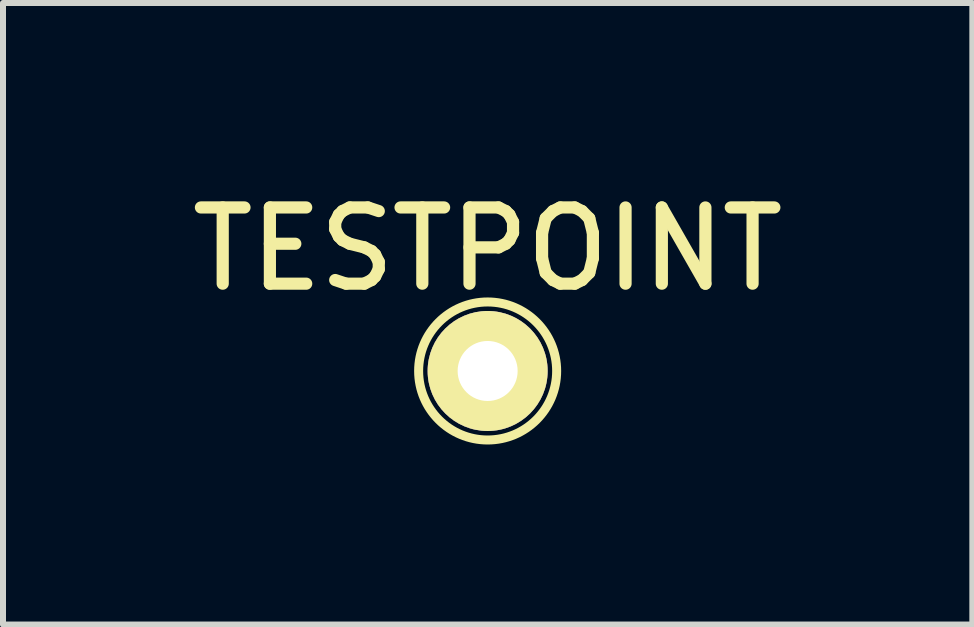
<source format=kicad_pcb>
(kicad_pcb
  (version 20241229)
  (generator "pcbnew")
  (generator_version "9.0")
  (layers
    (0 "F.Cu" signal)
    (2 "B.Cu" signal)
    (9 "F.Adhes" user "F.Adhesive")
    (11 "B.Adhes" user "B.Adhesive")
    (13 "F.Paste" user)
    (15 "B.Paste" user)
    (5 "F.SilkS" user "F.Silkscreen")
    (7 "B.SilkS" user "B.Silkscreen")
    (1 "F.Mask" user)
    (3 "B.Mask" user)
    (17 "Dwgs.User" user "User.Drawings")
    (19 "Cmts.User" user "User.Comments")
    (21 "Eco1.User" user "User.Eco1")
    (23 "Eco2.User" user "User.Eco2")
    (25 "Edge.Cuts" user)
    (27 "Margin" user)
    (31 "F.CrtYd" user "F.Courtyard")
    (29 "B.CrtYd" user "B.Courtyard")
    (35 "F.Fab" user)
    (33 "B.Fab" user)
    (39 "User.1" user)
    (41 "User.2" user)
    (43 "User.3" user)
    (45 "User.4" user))
  (footprint "TESTPOINT"
    (layer "F.Cu")
    (at 5.076 3.132)
    (property "Reference" "TESTPOINT" (at 0 -2.032 0) (layer "F.SilkS") (effects (font (size 1.27 1.27) (thickness 0.203))))
    (attr through_hole)
    (fp_circle (center 0 0) (end 1.143 -0.127) (stroke (width 0.15) (type solid)) (fill no) (layer "F.SilkS"))
    (pad "1" thru_hole circle (at 0 0) (size 2 2) (drill 1) (layers "*.Cu" "*.Mask" "F.SilkS")))
  (gr_rect
    (start -3 -3)
    (end 13.153 7.357)
    (stroke (width 0.1) (type default))
    (fill no)
    (layer "Edge.Cuts")))
</source>
